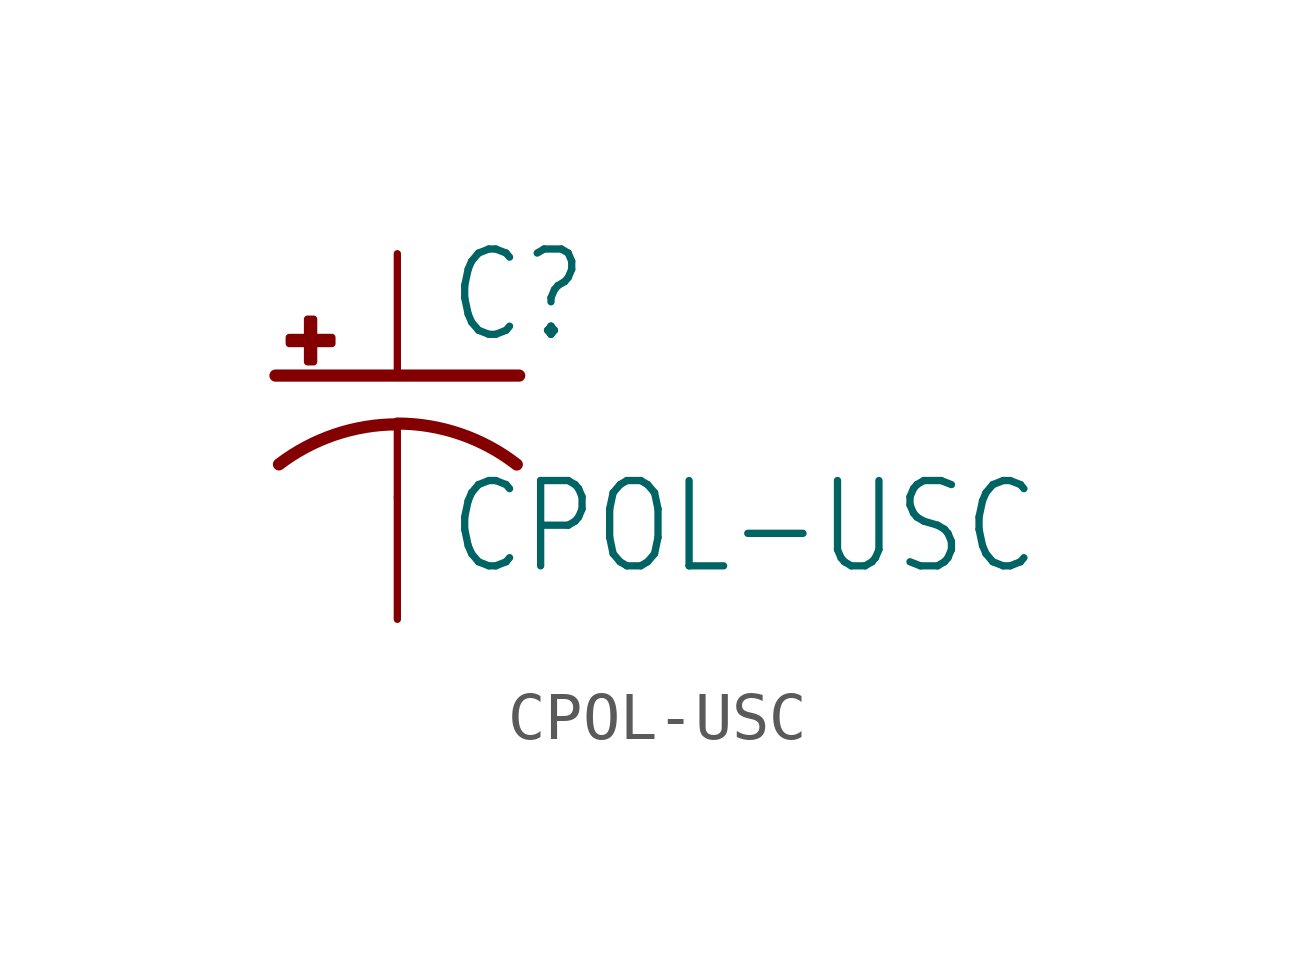
<source format=kicad_sym>
(kicad_symbol_lib
  (version 20220914)
  (generator kicad_symbol_editor)
  (symbol "CPOL-USC"
    (property "Reference" "C"
      (at 1.016 0.635 0)
      (effects (font (size 1.778 1.511)) (justify left bottom)))
    (property "Value" "CPOL-USC"
      (at 1.016 -4.191 0)
      (effects (font (size 1.778 1.511)) (justify left bottom)))
    (property "ki_locked" ""
      (at 0 0 0)
      (effects (font (size 1.27 1.27))))
    (symbol "CPOL-USC_1_0"
      (rectangle (start -2.253 0.668) (end -1.364 0.795) (stroke (width 0) (type default)) (fill (type outline)))
      (rectangle (start -1.872 0.287) (end -1.745 1.176) (stroke (width 0) (type default)) (fill (type outline)))
      (arc (start 0 -1.0161) (mid -1.3021 -1.2302) (end -2.4669 -1.8504) (stroke (width 0.254) (type default)) (fill (type none)))
      (polyline (pts (xy -2.54 0) (xy 2.54 0)) (stroke (width 0.254) (type default)) (fill (type none)))
      (polyline (pts (xy 0 -1.016) (xy 0 -2.54)) (stroke (width 0.152) (type default)) (fill (type none)))
      (arc (start 2.4892 -1.8542) (mid 1.3158 -1.2195) (end 0 -1) (stroke (width 0.254) (type default)) (fill (type none)))
      (pin passive line (at 0 2.54 270) (length 2.54) (name "+" (effects (font (size 0 0)))) (number "+" (effects (font (size 0 0)))))
      (pin passive line (at 0 -5.08 90) (length 2.54) (name "-" (effects (font (size 0 0)))) (number "-" (effects (font (size 0 0))))))))
</source>
